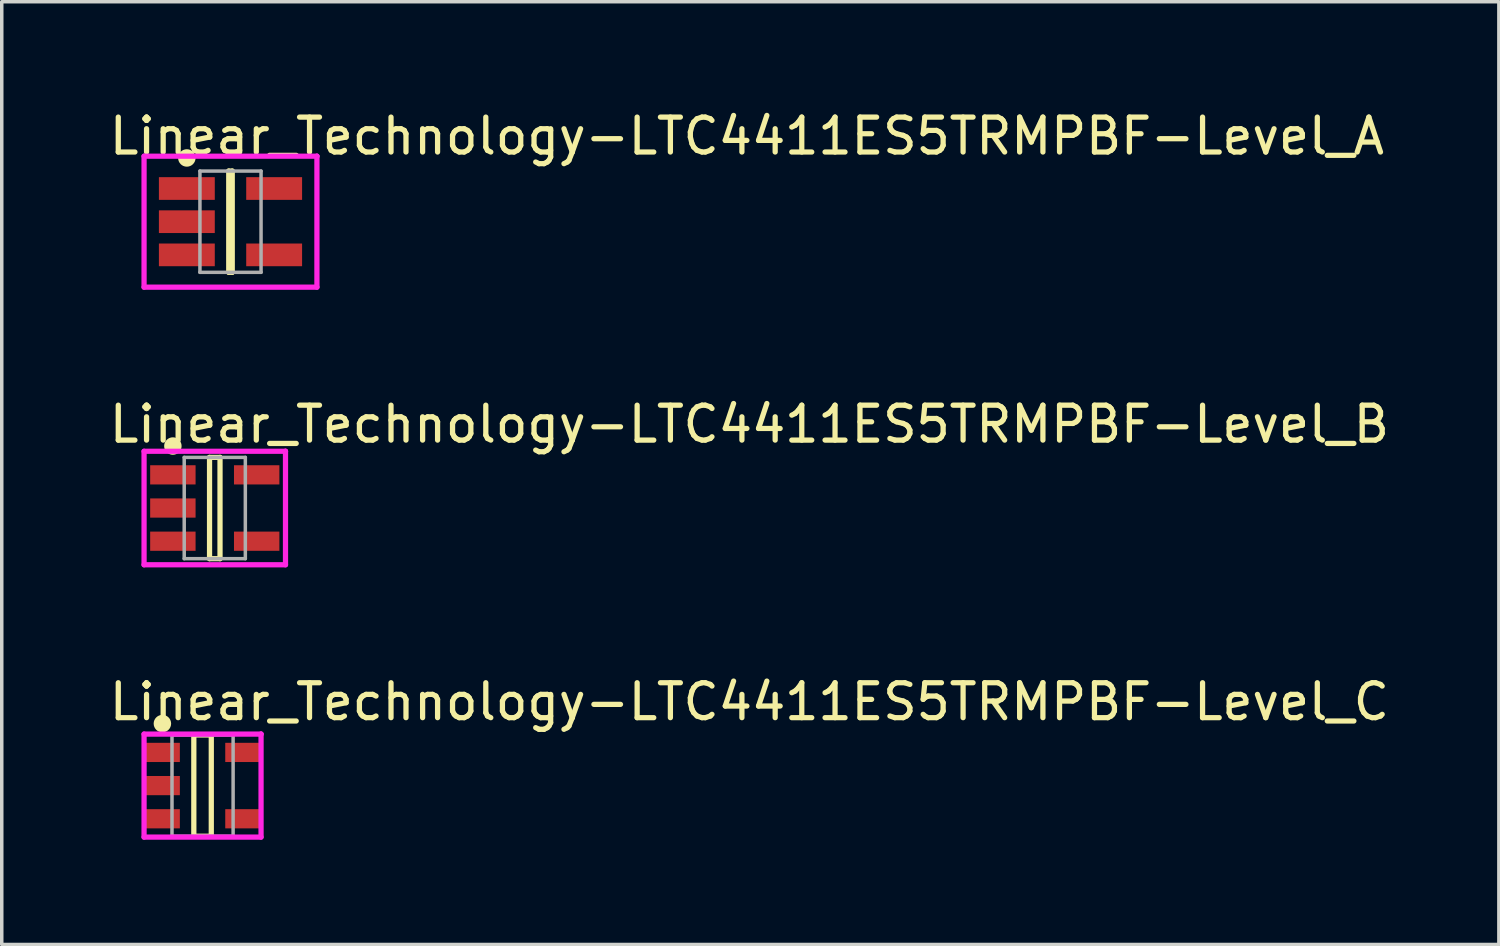
<source format=kicad_pcb>
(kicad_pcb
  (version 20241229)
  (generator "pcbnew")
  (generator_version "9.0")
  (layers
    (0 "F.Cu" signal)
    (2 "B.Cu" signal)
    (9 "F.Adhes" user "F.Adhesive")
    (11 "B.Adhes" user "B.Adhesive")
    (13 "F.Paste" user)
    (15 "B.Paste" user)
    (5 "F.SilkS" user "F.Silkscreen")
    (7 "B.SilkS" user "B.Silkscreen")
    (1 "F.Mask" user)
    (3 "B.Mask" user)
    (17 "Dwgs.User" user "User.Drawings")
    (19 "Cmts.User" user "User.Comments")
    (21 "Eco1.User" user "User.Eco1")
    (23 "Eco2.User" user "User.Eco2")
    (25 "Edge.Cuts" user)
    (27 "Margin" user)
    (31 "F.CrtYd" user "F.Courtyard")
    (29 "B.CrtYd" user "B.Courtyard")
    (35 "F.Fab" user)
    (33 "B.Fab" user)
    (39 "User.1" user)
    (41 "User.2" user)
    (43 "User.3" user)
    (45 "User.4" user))
  (footprint "Linear_Technology-LTC4411ES5TRMPBF-Level_A"
    (layer "F.Cu")
    (at 3.55 3.298)
    (property "Reference" "Linear_Technology-LTC4411ES5TRMPBF-Level_A" (at -3.55 -2.45 0) (layer "F.SilkS") (effects (font (size 1 1) (thickness 0.15)) (justify left)))
    (attr through_hole)
    (fp_line (start -0.05 -1.45) (end 0.05 -1.45) (stroke (width 0.15) (type solid)) (layer "F.SilkS"))
    (fp_line (start -0.05 1.45) (end -0.05 -1.45) (stroke (width 0.15) (type solid)) (layer "F.SilkS"))
    (fp_line (start -0.05 1.45) (end 0.05 1.45) (stroke (width 0.15) (type solid)) (layer "F.SilkS"))
    (fp_line (start 0.05 1.45) (end 0.05 -1.45) (stroke (width 0.15) (type solid)) (layer "F.SilkS"))
    (fp_circle (center -1.25 -1.825) (end -1.125 -1.825) (stroke (width 0.25) (type solid)) (fill no) (layer "F.SilkS"))
    (fp_line (start -2.475 -1.875) (end -2.475 1.875) (stroke (width 0.15) (type solid)) (layer "F.CrtYd"))
    (fp_line (start -2.475 1.875) (end 2.475 1.875) (stroke (width 0.15) (type solid)) (layer "F.CrtYd"))
    (fp_line (start 2.475 -1.875) (end -2.475 -1.875) (stroke (width 0.15) (type solid)) (layer "F.CrtYd"))
    (fp_line (start 2.475 -1.875) (end 2.475 -1.875) (stroke (width 0.15) (type solid)) (layer "F.CrtYd"))
    (fp_line (start 2.475 1.875) (end 2.475 -1.875) (stroke (width 0.15) (type solid)) (layer "F.CrtYd"))
    (fp_line (start -0.875 -1.45) (end 0.875 -1.45) (stroke (width 0.1) (type solid)) (layer "F.Fab"))
    (fp_line (start -0.875 1.45) (end -0.875 -1.45) (stroke (width 0.1) (type solid)) (layer "F.Fab"))
    (fp_line (start -0.875 1.45) (end 0.875 1.45) (stroke (width 0.1) (type solid)) (layer "F.Fab"))
    (fp_line (start 0.875 1.45) (end 0.875 -1.45) (stroke (width 0.1) (type solid)) (layer "F.Fab"))
    (pad "1" smd rect (at -1.25 -0.95 270) (size 0.65 1.6) (layers "F.Cu" "F.Mask" "F.Paste"))
    (pad "2" smd rect (at -1.25 -0.000001 270) (size 0.65 1.6) (layers "F.Cu" "F.Mask" "F.Paste"))
    (pad "3" smd rect (at -1.25 0.95 270) (size 0.65 1.6) (layers "F.Cu" "F.Mask" "F.Paste"))
    (pad "4" smd rect (at 1.25 0.95 270) (size 0.65 1.6) (layers "F.Cu" "F.Mask" "F.Paste"))
    (pad "5" smd rect (at 1.25 -0.95 270) (size 0.65 1.6) (layers "F.Cu" "F.Mask" "F.Paste")))
  (footprint "Linear_Technology-LTC4411ES5TRMPBF-Level_C"
    (layer "F.Cu")
    (at 2.75 19.445)
    (property "Reference" "Linear_Technology-LTC4411ES5TRMPBF-Level_C" (at -2.75 -2.4 0) (layer "F.SilkS") (effects (font (size 1 1) (thickness 0.15)) (justify left)))
    (attr through_hole)
    (fp_line (start -0.25 -1.45) (end 0.25 -1.45) (stroke (width 0.15) (type solid)) (layer "F.SilkS"))
    (fp_line (start -0.25 1.45) (end -0.25 -1.45) (stroke (width 0.15) (type solid)) (layer "F.SilkS"))
    (fp_line (start -0.25 1.45) (end 0.25 1.45) (stroke (width 0.15) (type solid)) (layer "F.SilkS"))
    (fp_line (start 0.25 1.45) (end 0.25 -1.45) (stroke (width 0.15) (type solid)) (layer "F.SilkS"))
    (fp_circle (center -1.15 -1.775) (end -1.025 -1.775) (stroke (width 0.25) (type solid)) (fill no) (layer "F.SilkS"))
    (fp_line (start -1.675 -1.475) (end -1.675 1.475) (stroke (width 0.15) (type solid)) (layer "F.CrtYd"))
    (fp_line (start -1.675 1.475) (end 1.675 1.475) (stroke (width 0.15) (type solid)) (layer "F.CrtYd"))
    (fp_line (start 1.675 -1.475) (end -1.675 -1.475) (stroke (width 0.15) (type solid)) (layer "F.CrtYd"))
    (fp_line (start 1.675 -1.475) (end 1.675 -1.475) (stroke (width 0.15) (type solid)) (layer "F.CrtYd"))
    (fp_line (start 1.675 1.475) (end 1.675 -1.475) (stroke (width 0.15) (type solid)) (layer "F.CrtYd"))
    (fp_line (start -0.875 -1.45) (end 0.875 -1.45) (stroke (width 0.1) (type solid)) (layer "F.Fab"))
    (fp_line (start -0.875 1.45) (end -0.875 -1.45) (stroke (width 0.1) (type solid)) (layer "F.Fab"))
    (fp_line (start -0.875 1.45) (end 0.875 1.45) (stroke (width 0.1) (type solid)) (layer "F.Fab"))
    (fp_line (start 0.875 1.45) (end 0.875 -1.45) (stroke (width 0.1) (type solid)) (layer "F.Fab"))
    (pad "1" smd rect (at -1.15 -0.95 270) (size 0.55 1) (layers "F.Cu" "F.Mask" "F.Paste"))
    (pad "2" smd rect (at -1.15 -0.000001 270) (size 0.55 1) (layers "F.Cu" "F.Mask" "F.Paste"))
    (pad "3" smd rect (at -1.15 0.95 270) (size 0.55 1) (layers "F.Cu" "F.Mask" "F.Paste"))
    (pad "4" smd rect (at 1.15 0.95 270) (size 0.55 1) (layers "F.Cu" "F.Mask" "F.Paste"))
    (pad "5" smd rect (at 1.15 -0.95 270) (size 0.55 1) (layers "F.Cu" "F.Mask" "F.Paste")))
  (footprint "Linear_Technology-LTC4411ES5TRMPBF-Level_B"
    (layer "F.Cu")
    (at 3.1 11.497)
    (property "Reference" "Linear_Technology-LTC4411ES5TRMPBF-Level_B" (at -3.1 -2.4 0) (layer "F.SilkS") (effects (font (size 1 1) (thickness 0.15)) (justify left)))
    (attr through_hole)
    (fp_line (start -0.15 -1.45) (end 0.15 -1.45) (stroke (width 0.15) (type solid)) (layer "F.SilkS"))
    (fp_line (start -0.15 1.45) (end -0.15 -1.45) (stroke (width 0.15) (type solid)) (layer "F.SilkS"))
    (fp_line (start -0.15 1.45) (end 0.15 1.45) (stroke (width 0.15) (type solid)) (layer "F.SilkS"))
    (fp_line (start 0.15 1.45) (end 0.15 -1.45) (stroke (width 0.15) (type solid)) (layer "F.SilkS"))
    (fp_circle (center -1.2 -1.775) (end -1.075 -1.775) (stroke (width 0.25) (type solid)) (fill no) (layer "F.SilkS"))
    (fp_line (start -2.025 -1.625) (end -2.025 1.625) (stroke (width 0.15) (type solid)) (layer "F.CrtYd"))
    (fp_line (start -2.025 1.625) (end 2.025 1.625) (stroke (width 0.15) (type solid)) (layer "F.CrtYd"))
    (fp_line (start 2.025 -1.625) (end -2.025 -1.625) (stroke (width 0.15) (type solid)) (layer "F.CrtYd"))
    (fp_line (start 2.025 -1.625) (end 2.025 -1.625) (stroke (width 0.15) (type solid)) (layer "F.CrtYd"))
    (fp_line (start 2.025 1.625) (end 2.025 -1.625) (stroke (width 0.15) (type solid)) (layer "F.CrtYd"))
    (fp_line (start -0.875 -1.45) (end 0.875 -1.45) (stroke (width 0.1) (type solid)) (layer "F.Fab"))
    (fp_line (start -0.875 1.45) (end -0.875 -1.45) (stroke (width 0.1) (type solid)) (layer "F.Fab"))
    (fp_line (start -0.875 1.45) (end 0.875 1.45) (stroke (width 0.1) (type solid)) (layer "F.Fab"))
    (fp_line (start 0.875 1.45) (end 0.875 -1.45) (stroke (width 0.1) (type solid)) (layer "F.Fab"))
    (pad "1" smd rect (at -1.2 -0.95 270) (size 0.55 1.3) (layers "F.Cu" "F.Mask" "F.Paste"))
    (pad "2" smd rect (at -1.2 -0.000001 270) (size 0.55 1.3) (layers "F.Cu" "F.Mask" "F.Paste"))
    (pad "3" smd rect (at -1.2 0.95 270) (size 0.55 1.3) (layers "F.Cu" "F.Mask" "F.Paste"))
    (pad "4" smd rect (at 1.2 0.95 270) (size 0.55 1.3) (layers "F.Cu" "F.Mask" "F.Paste"))
    (pad "5" smd rect (at 1.2 -0.95 270) (size 0.55 1.3) (layers "F.Cu" "F.Mask" "F.Paste")))
  (gr_rect
    (start -3 -3)
    (end 39.869 23.995)
    (stroke (width 0.1) (type default))
    (fill no)
    (layer "Edge.Cuts")))
</source>
